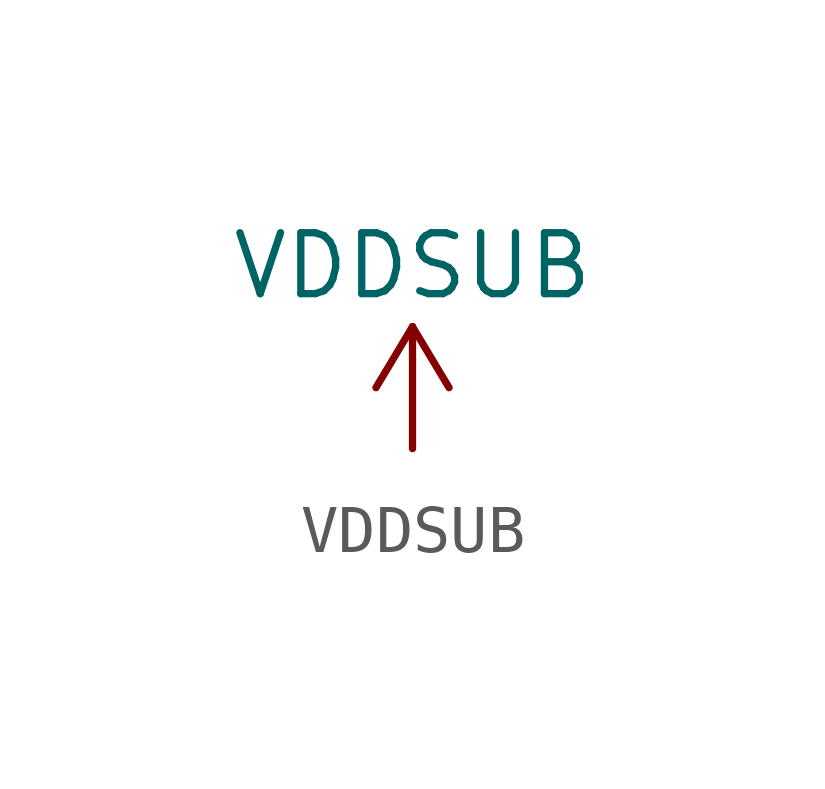
<source format=kicad_sym>
(kicad_symbol_lib
  (version 20220914)
  (generator kicad_symbol_editor)
  (symbol "VDDSUB"
    (power)
    (pin_names
      (offset 0))
    (property "Reference" "#PWR"
      (at 0 -3.81 0)
      (effects (font (size 1.27 1.27)) hide))
    (property "Value" "VDDSUB"
      (at 0 3.81 0)
      (effects (font (size 1.27 1.27))))
    (symbol "VDDSUB_0_1"
      (polyline (pts (xy -0.762 1.27) (xy 0 2.54)) (stroke (width 0) (type default)) (fill (type none)))
      (polyline (pts (xy 0 0) (xy 0 2.54)) (stroke (width 0) (type default)) (fill (type none)))
      (polyline (pts (xy 0 2.54) (xy 0.762 1.27)) (stroke (width 0) (type default)) (fill (type none))))
    (symbol "VDDSUB_1_1"
      (pin power_in line (at 0 0 90) (length 0) hide (name "VDDSUB" (effects (font (size 1.27 1.27)))) (number "1" (effects (font (size 1.27 1.27))))))))
</source>
